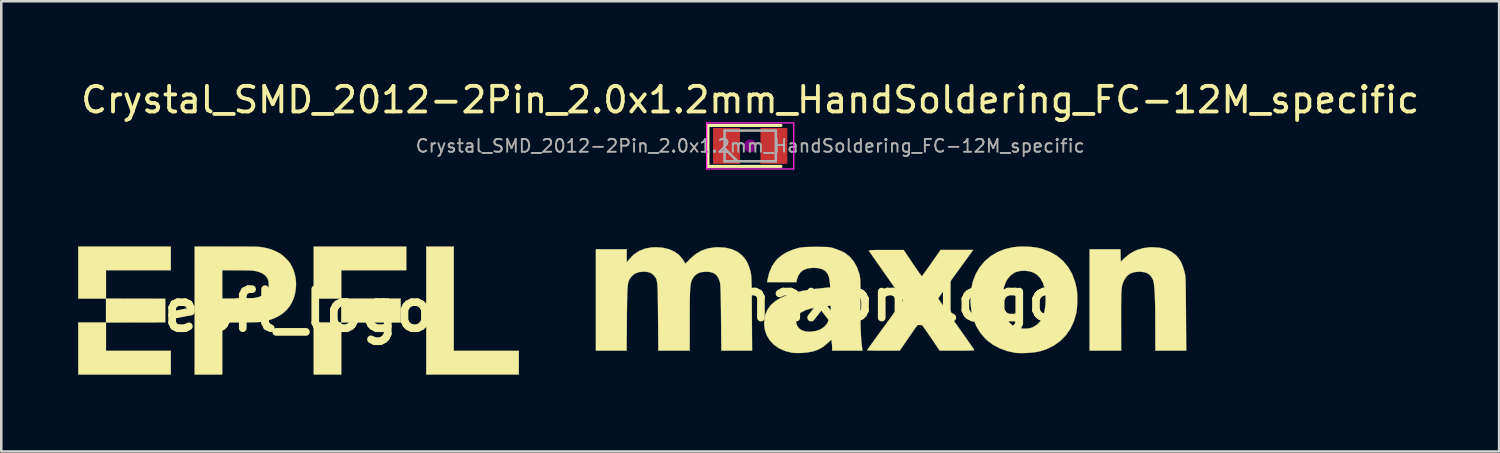
<source format=kicad_pcb>
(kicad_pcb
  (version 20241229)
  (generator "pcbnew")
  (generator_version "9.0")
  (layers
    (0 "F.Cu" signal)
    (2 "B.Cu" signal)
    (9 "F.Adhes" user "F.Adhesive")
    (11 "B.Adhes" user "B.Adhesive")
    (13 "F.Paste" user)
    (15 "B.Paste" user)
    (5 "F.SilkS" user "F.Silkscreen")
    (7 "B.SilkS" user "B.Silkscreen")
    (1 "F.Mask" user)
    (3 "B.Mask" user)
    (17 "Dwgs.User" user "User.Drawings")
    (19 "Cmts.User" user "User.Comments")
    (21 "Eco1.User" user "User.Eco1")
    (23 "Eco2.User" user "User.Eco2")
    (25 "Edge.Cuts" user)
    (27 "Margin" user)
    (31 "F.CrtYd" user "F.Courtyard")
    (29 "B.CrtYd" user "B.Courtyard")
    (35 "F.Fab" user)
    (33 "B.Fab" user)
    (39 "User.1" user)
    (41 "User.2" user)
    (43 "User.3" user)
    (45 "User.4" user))
  (footprint "maxon_logo"
    (layer "F.Cu")
    (at 31.743 8.662)
    (property "Reference" "maxon_logo" (at 0 0 0) (layer "F.SilkS") (effects (font (size 1.524 1.524) (thickness 0.3))))
    (attr through_hole)
    (fp_poly (pts (xy 10.484 -2.039) (xy 10.73 -1.982) (xy 10.941 -1.887) (xy 11.117 -1.753) (xy 11.163 -1.705) (xy 11.255 -1.59) (xy 11.328 -1.469) (xy 11.389 -1.325) (xy 11.446 -1.143) (xy 11.448 -1.135) (xy 11.461 -1.087) (xy 11.472 -1.04) (xy 11.481 -0.989) (xy 11.489 -0.929) (xy 11.495 -0.855) (xy 11.5 -0.763) (xy 11.504 -0.648) (xy 11.507 -0.505) (xy 11.51 -0.328) (xy 11.512 -0.114) (xy 11.514 0.142) (xy 11.517 0.446) (xy 11.517 0.528) (xy 11.527 1.979) (xy 10.32 1.979) (xy 10.319 0.983) (xy 10.318 0.611) (xy 10.315 0.289) (xy 10.309 0.015) (xy 10.3 -0.215) (xy 10.29 -0.404) (xy 10.276 -0.556) (xy 10.26 -0.672) (xy 10.24 -0.756) (xy 10.228 -0.79) (xy 10.152 -0.925) (xy 10.052 -1.02) (xy 9.921 -1.078) (xy 9.753 -1.102) (xy 9.677 -1.104) (xy 9.485 -1.083) (xy 9.329 -1.025) (xy 9.206 -0.927) (xy 9.111 -0.789) (xy 9.081 -0.729) (xy 9.057 -0.673) (xy 9.036 -0.613) (xy 9.02 -0.546) (xy 9.008 -0.466) (xy 8.998 -0.367) (xy 8.991 -0.244) (xy 8.987 -0.092) (xy 8.984 0.094) (xy 8.983 0.32) (xy 8.983 0.591) (xy 8.983 0.782) (xy 8.985 1.979) (xy 7.754 1.979) (xy 7.754 -1.979) (xy 8.957 -1.979) (xy 8.96 -1.905) (xy 8.962 -1.838) (xy 8.965 -1.742) (xy 8.966 -1.664) (xy 8.968 -1.578) (xy 8.971 -1.517) (xy 8.973 -1.497) (xy 8.993 -1.515) (xy 9.042 -1.561) (xy 9.11 -1.627) (xy 9.135 -1.651) (xy 9.343 -1.817) (xy 9.581 -1.942) (xy 9.845 -2.022) (xy 10.13 -2.057) (xy 10.2 -2.058) (xy 10.484 -2.039)) (stroke (width 0.01) (type solid)) (fill yes) (layer "F.SilkS"))
    (fp_poly (pts (xy 5.483 -2.07) (xy 5.707 -2.04) (xy 5.898 -1.996) (xy 5.909 -1.992) (xy 6.219 -1.87) (xy 6.49 -1.712) (xy 6.721 -1.517) (xy 6.914 -1.285) (xy 7.068 -1.017) (xy 7.184 -0.712) (xy 7.246 -0.455) (xy 7.264 -0.317) (xy 7.273 -0.144) (xy 7.273 0.045) (xy 7.266 0.234) (xy 7.251 0.404) (xy 7.234 0.511) (xy 7.142 0.829) (xy 7.008 1.117) (xy 6.832 1.372) (xy 6.618 1.592) (xy 6.367 1.774) (xy 6.082 1.917) (xy 5.815 2.005) (xy 5.66 2.036) (xy 5.471 2.059) (xy 5.268 2.072) (xy 5.07 2.076) (xy 4.896 2.068) (xy 4.837 2.061) (xy 4.539 1.997) (xy 4.253 1.893) (xy 3.99 1.754) (xy 3.762 1.586) (xy 3.695 1.524) (xy 3.49 1.287) (xy 3.328 1.023) (xy 3.21 0.731) (xy 3.136 0.409) (xy 3.103 0.056) (xy 3.103 0.039) (xy 4.364 0.039) (xy 4.366 0.094) (xy 4.384 0.321) (xy 4.417 0.506) (xy 4.469 0.659) (xy 4.543 0.79) (xy 4.606 0.871) (xy 4.738 0.994) (xy 4.884 1.073) (xy 5.056 1.114) (xy 5.2 1.122) (xy 5.332 1.118) (xy 5.433 1.102) (xy 5.524 1.071) (xy 5.549 1.06) (xy 5.71 0.959) (xy 5.838 0.822) (xy 5.933 0.646) (xy 5.998 0.429) (xy 6.032 0.169) (xy 6.035 0.118) (xy 6.034 -0.183) (xy 6 -0.445) (xy 5.933 -0.666) (xy 5.833 -0.846) (xy 5.7 -0.985) (xy 5.555 -1.072) (xy 5.402 -1.12) (xy 5.229 -1.14) (xy 5.054 -1.132) (xy 4.897 -1.098) (xy 4.83 -1.07) (xy 4.673 -0.962) (xy 4.547 -0.814) (xy 4.474 -0.68) (xy 4.418 -0.531) (xy 4.382 -0.369) (xy 4.364 -0.183) (xy 4.364 0.039) (xy 3.103 0.039) (xy 3.102 -0.05) (xy 3.126 -0.396) (xy 3.195 -0.717) (xy 3.308 -1.011) (xy 3.462 -1.275) (xy 3.654 -1.507) (xy 3.883 -1.704) (xy 4.146 -1.863) (xy 4.441 -1.982) (xy 4.765 -2.057) (xy 4.79 -2.061) (xy 5.007 -2.081) (xy 5.244 -2.084) (xy 5.483 -2.07)) (stroke (width 0.01) (type solid)) (fill yes) (layer "F.SilkS"))
    (fp_poly (pts (xy 2.571 -1.076) (xy 2.43 -0.883) (xy 2.298 -0.7) (xy 2.179 -0.535) (xy 2.074 -0.39) (xy 1.989 -0.272) (xy 1.928 -0.185) (xy 1.892 -0.135) (xy 1.887 -0.127) (xy 1.839 -0.054) (xy 2.533 0.929) (xy 2.677 1.133) (xy 2.811 1.324) (xy 2.933 1.497) (xy 3.04 1.649) (xy 3.128 1.774) (xy 3.193 1.869) (xy 3.234 1.927) (xy 3.246 1.945) (xy 3.241 1.956) (xy 3.211 1.964) (xy 3.151 1.97) (xy 3.054 1.974) (xy 2.918 1.977) (xy 2.736 1.978) (xy 2.583 1.979) (xy 1.902 1.979) (xy 1.519 1.417) (xy 1.415 1.265) (xy 1.32 1.128) (xy 1.239 1.013) (xy 1.177 0.926) (xy 1.137 0.872) (xy 1.123 0.856) (xy 1.105 0.878) (xy 1.061 0.938) (xy 0.995 1.03) (xy 0.912 1.148) (xy 0.815 1.288) (xy 0.725 1.418) (xy 0.341 1.979) (xy -0.298 1.979) (xy -0.476 1.978) (xy -0.635 1.977) (xy -0.768 1.974) (xy -0.866 1.971) (xy -0.924 1.968) (xy -0.936 1.966) (xy -0.921 1.942) (xy -0.877 1.88) (xy -0.808 1.783) (xy -0.717 1.657) (xy -0.607 1.505) (xy -0.482 1.333) (xy -0.344 1.144) (xy -0.246 1.01) (xy -0.101 0.811) (xy 0.034 0.625) (xy 0.157 0.457) (xy 0.264 0.31) (xy 0.351 0.19) (xy 0.416 0.101) (xy 0.454 0.048) (xy 0.463 0.034) (xy 0.453 0.004) (xy 0.413 -0.067) (xy 0.343 -0.178) (xy 0.246 -0.325) (xy 0.123 -0.507) (xy -0.026 -0.721) (xy -0.18 -0.942) (xy -0.321 -1.142) (xy -0.452 -1.329) (xy -0.571 -1.498) (xy -0.674 -1.645) (xy -0.758 -1.765) (xy -0.82 -1.854) (xy -0.857 -1.906) (xy -0.865 -1.918) (xy -0.861 -1.929) (xy -0.832 -1.937) (xy -0.772 -1.943) (xy -0.677 -1.947) (xy -0.542 -1.95) (xy -0.361 -1.951) (xy -0.195 -1.951) (xy 0.495 -1.949) (xy 0.842 -1.432) (xy 0.941 -1.286) (xy 1.03 -1.157) (xy 1.105 -1.05) (xy 1.163 -0.973) (xy 1.197 -0.93) (xy 1.205 -0.924) (xy 1.225 -0.947) (xy 1.27 -1.009) (xy 1.337 -1.101) (xy 1.421 -1.219) (xy 1.518 -1.356) (xy 1.579 -1.443) (xy 1.938 -1.952) (xy 3.206 -1.952) (xy 2.571 -1.076)) (stroke (width 0.01) (type solid)) (fill yes) (layer "F.SilkS"))
    (fp_poly (pts (xy -8.914 -2.038) (xy -8.666 -1.979) (xy -8.451 -1.882) (xy -8.273 -1.75) (xy -8.133 -1.582) (xy -8.126 -1.571) (xy -8.079 -1.496) (xy -8.044 -1.442) (xy -8.031 -1.421) (xy -8.012 -1.435) (xy -7.964 -1.481) (xy -7.896 -1.549) (xy -7.849 -1.598) (xy -7.642 -1.783) (xy -7.413 -1.919) (xy -7.159 -2.009) (xy -6.88 -2.053) (xy -6.738 -2.058) (xy -6.455 -2.038) (xy -6.207 -1.977) (xy -5.993 -1.876) (xy -5.814 -1.735) (xy -5.79 -1.71) (xy -5.69 -1.59) (xy -5.612 -1.46) (xy -5.548 -1.307) (xy -5.501 -1.154) (xy -5.488 -1.108) (xy -5.477 -1.061) (xy -5.469 -1.011) (xy -5.461 -0.95) (xy -5.455 -0.876) (xy -5.45 -0.783) (xy -5.446 -0.666) (xy -5.443 -0.52) (xy -5.441 -0.341) (xy -5.438 -0.124) (xy -5.436 0.136) (xy -5.434 0.443) (xy -5.434 0.515) (xy -5.425 1.979) (xy -6.625 1.979) (xy -6.637 0.688) (xy -6.64 0.385) (xy -6.643 0.13) (xy -6.647 -0.081) (xy -6.651 -0.253) (xy -6.655 -0.391) (xy -6.66 -0.499) (xy -6.666 -0.583) (xy -6.674 -0.647) (xy -6.682 -0.697) (xy -6.693 -0.736) (xy -6.694 -0.741) (xy -6.758 -0.889) (xy -6.842 -0.994) (xy -6.954 -1.062) (xy -7.101 -1.096) (xy -7.251 -1.102) (xy -7.43 -1.081) (xy -7.573 -1.023) (xy -7.685 -0.926) (xy -7.717 -0.882) (xy -7.749 -0.831) (xy -7.775 -0.78) (xy -7.797 -0.723) (xy -7.815 -0.655) (xy -7.829 -0.571) (xy -7.84 -0.466) (xy -7.848 -0.336) (xy -7.853 -0.176) (xy -7.857 0.02) (xy -7.859 0.256) (xy -7.86 0.538) (xy -7.86 0.755) (xy -7.861 1.979) (xy -9.087 1.979) (xy -9.097 0.662) (xy -9.1 0.347) (xy -9.102 0.082) (xy -9.106 -0.14) (xy -9.11 -0.322) (xy -9.116 -0.469) (xy -9.123 -0.587) (xy -9.133 -0.679) (xy -9.145 -0.75) (xy -9.161 -0.805) (xy -9.18 -0.849) (xy -9.203 -0.887) (xy -9.231 -0.923) (xy -9.242 -0.936) (xy -9.332 -1.023) (xy -9.435 -1.076) (xy -9.565 -1.1) (xy -9.667 -1.104) (xy -9.85 -1.085) (xy -9.998 -1.029) (xy -10.116 -0.935) (xy -10.147 -0.897) (xy -10.182 -0.851) (xy -10.211 -0.806) (xy -10.235 -0.757) (xy -10.255 -0.701) (xy -10.27 -0.631) (xy -10.283 -0.544) (xy -10.292 -0.434) (xy -10.299 -0.296) (xy -10.304 -0.125) (xy -10.308 0.084) (xy -10.311 0.334) (xy -10.314 0.632) (xy -10.314 0.715) (xy -10.324 1.979) (xy -11.524 1.979) (xy -11.524 -1.979) (xy -10.32 -1.979) (xy -10.32 -1.466) (xy -10.218 -1.595) (xy -10.043 -1.774) (xy -9.838 -1.911) (xy -9.603 -2.004) (xy -9.344 -2.052) (xy -9.194 -2.058) (xy -8.914 -2.038)) (stroke (width 0.01) (type solid)) (fill yes) (layer "F.SilkS"))
    (fp_poly (pts (xy -2.734 -2.071) (xy -2.598 -2.07) (xy -2.494 -2.066) (xy -2.412 -2.058) (xy -2.342 -2.046) (xy -2.274 -2.028) (xy -2.198 -2.003) (xy -2.146 -1.985) (xy -2.026 -1.94) (xy -1.912 -1.893) (xy -1.823 -1.85) (xy -1.797 -1.835) (xy -1.607 -1.683) (xy -1.447 -1.49) (xy -1.321 -1.257) (xy -1.237 -1.016) (xy -1.224 -0.962) (xy -1.214 -0.904) (xy -1.206 -0.835) (xy -1.2 -0.748) (xy -1.197 -0.638) (xy -1.195 -0.497) (xy -1.195 -0.319) (xy -1.196 -0.097) (xy -1.197 0.043) (xy -1.198 0.429) (xy -1.194 0.788) (xy -1.186 1.114) (xy -1.173 1.401) (xy -1.156 1.647) (xy -1.134 1.844) (xy -1.133 1.852) (xy -1.116 1.979) (xy -2.299 1.979) (xy -2.299 1.848) (xy -2.303 1.75) (xy -2.312 1.659) (xy -2.316 1.634) (xy -2.333 1.549) (xy -2.485 1.694) (xy -2.652 1.832) (xy -2.833 1.935) (xy -3.037 2.007) (xy -3.273 2.051) (xy -3.476 2.069) (xy -3.606 2.072) (xy -3.734 2.071) (xy -3.838 2.064) (xy -3.866 2.06) (xy -4.129 1.996) (xy -4.362 1.894) (xy -4.56 1.758) (xy -4.722 1.591) (xy -4.844 1.398) (xy -4.923 1.182) (xy -4.955 0.947) (xy -4.951 0.869) (xy -3.709 0.869) (xy -3.668 1.001) (xy -3.664 1.008) (xy -3.588 1.115) (xy -3.472 1.19) (xy -3.323 1.233) (xy -3.146 1.242) (xy -2.946 1.215) (xy -2.893 1.202) (xy -2.741 1.142) (xy -2.606 1.049) (xy -2.505 0.933) (xy -2.496 0.919) (xy -2.424 0.758) (xy -2.375 0.571) (xy -2.354 0.38) (xy -2.353 0.36) (xy -2.353 0.225) (xy -2.587 0.246) (xy -2.886 0.283) (xy -3.141 0.336) (xy -3.349 0.403) (xy -3.509 0.484) (xy -3.62 0.578) (xy -3.655 0.628) (xy -3.705 0.75) (xy -3.709 0.869) (xy -4.951 0.869) (xy -4.946 0.757) (xy -4.9 0.55) (xy -4.815 0.364) (xy -4.69 0.197) (xy -4.522 0.05) (xy -4.312 -0.079) (xy -4.057 -0.19) (xy -3.756 -0.284) (xy -3.408 -0.362) (xy -3.011 -0.425) (xy -2.583 -0.471) (xy -2.372 -0.489) (xy -2.389 -0.686) (xy -2.419 -0.877) (xy -2.477 -1.024) (xy -2.565 -1.132) (xy -2.689 -1.204) (xy -2.853 -1.244) (xy -3.035 -1.255) (xy -3.237 -1.236) (xy -3.403 -1.18) (xy -3.531 -1.085) (xy -3.622 -0.952) (xy -3.665 -0.832) (xy -3.7 -0.695) (xy -4.838 -0.695) (xy -4.824 -0.782) (xy -4.755 -1.066) (xy -4.648 -1.314) (xy -4.501 -1.529) (xy -4.413 -1.624) (xy -4.252 -1.753) (xy -4.052 -1.869) (xy -3.827 -1.965) (xy -3.636 -2.022) (xy -3.55 -2.041) (xy -3.457 -2.055) (xy -3.348 -2.064) (xy -3.211 -2.069) (xy -3.038 -2.071) (xy -2.914 -2.072) (xy -2.734 -2.071)) (stroke (width 0.01) (type solid)) (fill yes) (layer "F.SilkS")))
  (footprint "Crystal_SMD_2012-2Pin_2.0x1.2mm_HandSoldering_FC-12M_specific"
    (layer "F.Cu")
    (at 26.244 2.648)
    (property "Reference" "Crystal_SMD_2012-2Pin_2.0x1.2mm_HandSoldering_FC-12M_specific" (at 0 -1.8 0) (layer "F.SilkS") (effects (font (size 1 1) (thickness 0.15))))
    (attr smd)
    (fp_line (start -1.65 -0.8) (end -1.65 0.8) (stroke (width 0.12) (type solid)) (layer "F.SilkS"))
    (fp_line (start -1.65 0.8) (end 1.2 0.8) (stroke (width 0.12) (type solid)) (layer "F.SilkS"))
    (fp_line (start 1.2 -0.8) (end -1.65 -0.8) (stroke (width 0.12) (type solid)) (layer "F.SilkS"))
    (fp_circle (center 0 0) (end 0.047 0) (stroke (width 0.093) (type solid)) (fill no) (layer "F.Adhes"))
    (fp_circle (center 0 0) (end 0.107 0) (stroke (width 0.067) (type solid)) (fill no) (layer "F.Adhes"))
    (fp_circle (center 0 0) (end 0.167 0) (stroke (width 0.067) (type solid)) (fill no) (layer "F.Adhes"))
    (fp_circle (center 0 0) (end 0.2 0) (stroke (width 0.1) (type solid)) (fill no) (layer "F.Adhes"))
    (fp_line (start -1.7 -0.9) (end -1.7 0.9) (stroke (width 0.05) (type solid)) (layer "F.CrtYd"))
    (fp_line (start -1.7 0.9) (end 1.7 0.9) (stroke (width 0.05) (type solid)) (layer "F.CrtYd"))
    (fp_line (start 1.7 -0.9) (end -1.7 -0.9) (stroke (width 0.05) (type solid)) (layer "F.CrtYd"))
    (fp_line (start 1.7 0.9) (end 1.7 -0.9) (stroke (width 0.05) (type solid)) (layer "F.CrtYd"))
    (fp_line (start -1 -0.6) (end -1 0.6) (stroke (width 0.1) (type solid)) (layer "F.Fab"))
    (fp_line (start -1 0.1) (end -0.5 0.6) (stroke (width 0.1) (type solid)) (layer "F.Fab"))
    (fp_line (start -1 0.6) (end 1 0.6) (stroke (width 0.1) (type solid)) (layer "F.Fab"))
    (fp_line (start 1 -0.6) (end -1 -0.6) (stroke (width 0.1) (type solid)) (layer "F.Fab"))
    (fp_line (start 1 0.6) (end 1 -0.6) (stroke (width 0.1) (type solid)) (layer "F.Fab"))
    (fp_text user "${REFERENCE}" (at 0 0 0) (layer "F.Fab") (effects (font (size 0.5 0.5) (thickness 0.075))))
    (pad "1" smd rect (at -0.925 0) (size 1.05 1.4) (layers "F.Cu" "F.Mask" "F.Paste"))
    (pad "2" smd rect (at 0.925 0) (size 1.05 1.4) (layers "F.Cu" "F.Mask" "F.Paste")))
  (footprint "epfl_logo"
    (layer "F.Cu")
    (at 8.607 9.076)
    (property "Reference" "epfl_logo" (at 0 0 0) (layer "F.SilkS") (effects (font (size 1.524 1.524) (thickness 0.3))))
    (attr through_hole)
    (fp_poly (pts (xy 1.668 -0.466) (xy 3.988 -0.466) (xy 3.988 0.466) (xy 1.668 0.466) (xy 1.668 -0.466)) (stroke (width 0.01) (type solid)) (fill yes) (layer "F.SilkS"))
    (fp_poly (pts (xy 1.668 2.498) (xy 0.593 2.498) (xy 0.593 0.466) (xy 1.668 0.466) (xy 1.668 2.498)) (stroke (width 0.01) (type solid)) (fill yes) (layer "F.SilkS"))
    (fp_poly (pts (xy 0.593 -0.466) (xy 0.593 -2.498) (xy 4.208 -2.498) (xy 4.208 -1.575) (xy 1.668 -1.575) (xy 1.668 -0.466) (xy 0.593 -0.466)) (stroke (width 0.01) (type solid)) (fill yes) (layer "F.SilkS"))
    (fp_poly (pts (xy 6.062 1.575) (xy 8.602 1.575) (xy 8.602 2.498) (xy 4.987 2.498) (xy 4.987 -2.498) (xy 6.062 -2.498) (xy 6.062 1.575)) (stroke (width 0.01) (type solid)) (fill yes) (layer "F.SilkS"))
    (fp_poly (pts (xy -4.987 -1.575) (xy -7.518 -1.575) (xy -7.518 -0.466) (xy -6.361 -0.464) (xy -5.203 -0.461) (xy -5.203 0.461) (xy -6.361 0.464) (xy -7.518 0.466) (xy -7.518 1.575) (xy -4.987 1.575) (xy -4.987 2.498) (xy -8.602 2.498) (xy -8.602 0.466) (xy -7.518 0.466) (xy -7.518 -0.466) (xy -8.602 -0.466) (xy -8.602 -2.498) (xy -4.987 -2.498) (xy -4.987 -1.575)) (stroke (width 0.01) (type solid)) (fill yes) (layer "F.SilkS"))
    (fp_poly (pts (xy -2.86 -2.498) (xy -2.678 -2.498) (xy -2.509 -2.497) (xy -2.352 -2.497) (xy -2.207 -2.497) (xy -2.076 -2.496) (xy -1.959 -2.495) (xy -1.856 -2.495) (xy -1.767 -2.494) (xy -1.694 -2.493) (xy -1.636 -2.492) (xy -1.594 -2.49) (xy -1.568 -2.489) (xy -1.566 -2.489) (xy -1.386 -2.466) (xy -1.216 -2.431) (xy -1.057 -2.383) (xy -0.907 -2.322) (xy -0.764 -2.248) (xy -0.673 -2.19) (xy -0.625 -2.154) (xy -0.571 -2.108) (xy -0.514 -2.055) (xy -0.459 -1.999) (xy -0.408 -1.944) (xy -0.364 -1.891) (xy -0.336 -1.853) (xy -0.264 -1.73) (xy -0.204 -1.596) (xy -0.157 -1.455) (xy -0.123 -1.309) (xy -0.103 -1.159) (xy -0.097 -1.008) (xy -0.102 -0.906) (xy -0.122 -0.742) (xy -0.156 -0.587) (xy -0.204 -0.442) (xy -0.265 -0.307) (xy -0.34 -0.182) (xy -0.427 -0.067) (xy -0.528 0.037) (xy -0.642 0.13) (xy -0.653 0.138) (xy -0.743 0.196) (xy -0.847 0.253) (xy -0.959 0.304) (xy -1.075 0.35) (xy -1.191 0.387) (xy -1.302 0.414) (xy -1.304 0.414) (xy -1.343 0.422) (xy -1.38 0.429) (xy -1.415 0.434) (xy -1.45 0.44) (xy -1.486 0.444) (xy -1.524 0.448) (xy -1.567 0.451) (xy -1.615 0.453) (xy -1.67 0.456) (xy -1.732 0.457) (xy -1.804 0.459) (xy -1.887 0.46) (xy -1.981 0.461) (xy -2.089 0.462) (xy -2.212 0.463) (xy -2.292 0.463) (xy -2.98 0.467) (xy -2.98 2.498) (xy -4.056 2.498) (xy -4.056 -0.466) (xy -2.98 -0.466) (xy -2.455 -0.466) (xy -2.337 -0.466) (xy -2.234 -0.466) (xy -2.146 -0.467) (xy -2.07 -0.467) (xy -2.005 -0.469) (xy -1.95 -0.47) (xy -1.904 -0.472) (xy -1.864 -0.474) (xy -1.83 -0.476) (xy -1.808 -0.478) (xy -1.683 -0.496) (xy -1.573 -0.522) (xy -1.476 -0.555) (xy -1.394 -0.597) (xy -1.324 -0.648) (xy -1.309 -0.661) (xy -1.254 -0.719) (xy -1.214 -0.78) (xy -1.186 -0.845) (xy -1.169 -0.92) (xy -1.163 -0.981) (xy -1.164 -1.078) (xy -1.179 -1.166) (xy -1.208 -1.246) (xy -1.251 -1.316) (xy -1.309 -1.378) (xy -1.381 -1.432) (xy -1.468 -1.477) (xy -1.57 -1.514) (xy -1.686 -1.543) (xy -1.761 -1.556) (xy -1.783 -1.558) (xy -1.808 -1.561) (xy -1.84 -1.563) (xy -1.878 -1.565) (xy -1.924 -1.566) (xy -1.98 -1.568) (xy -2.047 -1.569) (xy -2.125 -1.57) (xy -2.217 -1.571) (xy -2.323 -1.572) (xy -2.415 -1.572) (xy -2.98 -1.576) (xy -2.98 -0.466) (xy -4.056 -0.466) (xy -4.056 -2.498) (xy -2.86 -2.498)) (stroke (width 0.01) (type solid)) (fill yes) (layer "F.SilkS")))
  (gr_rect
    (start -3 -3)
    (end 55.488 14.579)
    (stroke (width 0.1) (type default))
    (fill no)
    (layer "Edge.Cuts")))
</source>
